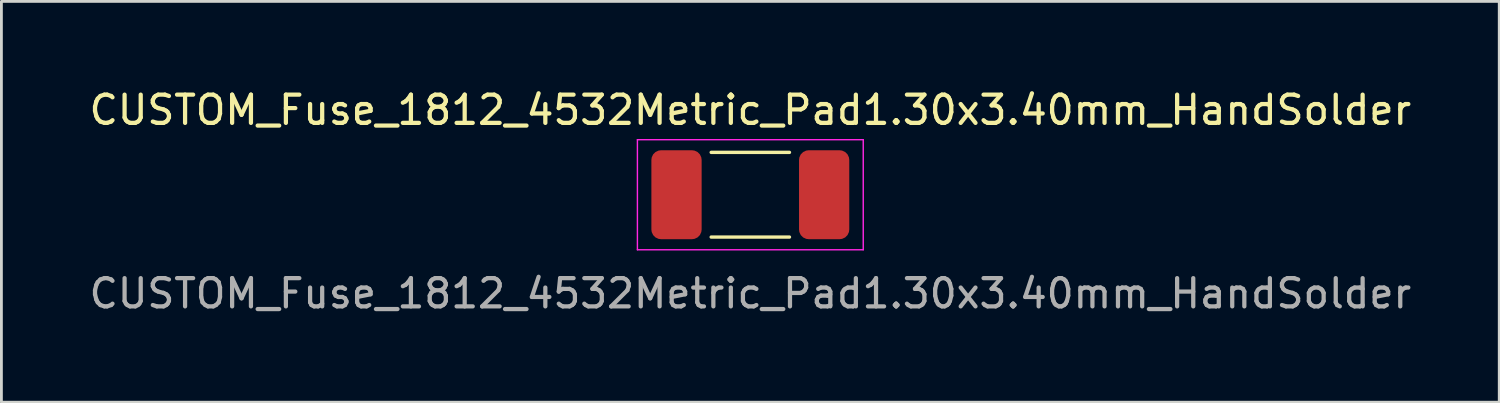
<source format=kicad_pcb>
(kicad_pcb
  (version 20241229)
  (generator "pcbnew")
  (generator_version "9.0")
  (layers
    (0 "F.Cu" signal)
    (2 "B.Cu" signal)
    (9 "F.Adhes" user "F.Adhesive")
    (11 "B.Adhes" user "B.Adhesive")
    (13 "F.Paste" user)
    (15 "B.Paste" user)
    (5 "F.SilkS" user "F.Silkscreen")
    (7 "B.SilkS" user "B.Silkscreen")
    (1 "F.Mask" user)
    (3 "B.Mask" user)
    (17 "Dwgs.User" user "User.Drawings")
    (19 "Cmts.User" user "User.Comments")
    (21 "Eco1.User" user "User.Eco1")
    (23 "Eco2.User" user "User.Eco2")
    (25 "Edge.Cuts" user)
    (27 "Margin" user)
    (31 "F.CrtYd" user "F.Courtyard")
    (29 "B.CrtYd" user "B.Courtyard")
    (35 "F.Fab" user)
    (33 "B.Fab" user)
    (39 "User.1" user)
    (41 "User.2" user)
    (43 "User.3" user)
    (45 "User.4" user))
  (footprint "CUSTOM_Fuse_1812_4532Metric_Pad1.30x3.40mm_HandSolder"
    (layer "F.Cu")
    (at 23.53 3.848)
    (property "Reference" "CUSTOM_Fuse_1812_4532Metric_Pad1.30x3.40mm_HandSolder" (at 0 -3 0) (layer "F.SilkS") (effects (font (size 1 1) (thickness 0.15))))
    (attr smd)
    (fp_line (start -1.386 -1.5) (end 1.386 -1.5) (stroke (width 0.12) (type solid)) (layer "F.SilkS"))
    (fp_line (start -1.386 1.5) (end 1.386 1.5) (stroke (width 0.12) (type solid)) (layer "F.SilkS"))
    (fp_line (start -4 -1.95) (end 4 -1.95) (stroke (width 0.05) (type solid)) (layer "F.CrtYd"))
    (fp_line (start -4 1.95) (end -4 -1.95) (stroke (width 0.05) (type solid)) (layer "F.CrtYd"))
    (fp_line (start 4 -1.95) (end 4 1.95) (stroke (width 0.05) (type solid)) (layer "F.CrtYd"))
    (fp_line (start 4 1.95) (end -4 1.95) (stroke (width 0.05) (type solid)) (layer "F.CrtYd"))
    (fp_text user "${REFERENCE}" (at 0 3.5 0) (layer "F.Fab") (effects (font (size 1 1) (thickness 0.15))))
    (pad "1" smd roundrect (at -2.615 0) (size 1.78 3.15) (layers "F.Cu" "F.Mask" "F.Paste") (roundrect_rratio 0.192))
    (pad "2" smd roundrect (at 2.615 0) (size 1.78 3.15) (layers "F.Cu" "F.Mask" "F.Paste") (roundrect_rratio 0.192)))
  (gr_rect
    (start -3 -3)
    (end 50.06 11.197)
    (stroke (width 0.1) (type default))
    (fill no)
    (layer "Edge.Cuts")))
</source>
